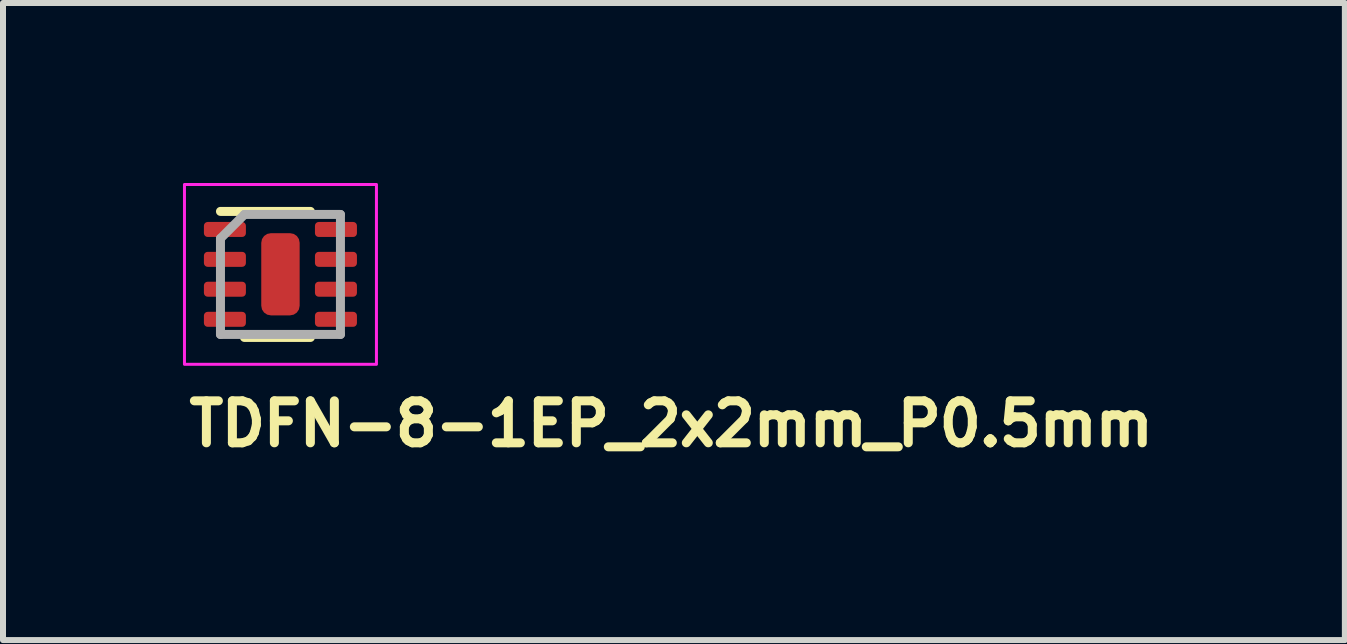
<source format=kicad_pcb>
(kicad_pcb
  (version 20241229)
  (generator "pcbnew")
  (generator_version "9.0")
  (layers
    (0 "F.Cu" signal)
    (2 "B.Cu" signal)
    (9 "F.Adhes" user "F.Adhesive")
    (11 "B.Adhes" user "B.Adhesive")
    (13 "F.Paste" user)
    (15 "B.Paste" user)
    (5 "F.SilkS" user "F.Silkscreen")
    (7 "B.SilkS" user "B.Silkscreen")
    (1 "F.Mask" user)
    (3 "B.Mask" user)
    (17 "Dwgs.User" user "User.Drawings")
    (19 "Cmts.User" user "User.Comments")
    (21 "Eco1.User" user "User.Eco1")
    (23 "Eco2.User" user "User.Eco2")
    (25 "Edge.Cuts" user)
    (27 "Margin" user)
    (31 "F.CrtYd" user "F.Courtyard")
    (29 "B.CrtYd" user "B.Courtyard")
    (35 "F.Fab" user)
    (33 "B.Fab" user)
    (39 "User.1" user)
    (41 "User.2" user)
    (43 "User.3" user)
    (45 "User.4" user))
  (footprint "TDFN-8-1EP_2x2mm_P0.5mm"
    (layer "F.Cu")
    (at 1.625 1.525)
    (property "Reference" "TDFN-8-1EP_2x2mm_P0.5mm" (at -1.6 2.9 0) (layer "F.SilkS") (effects (font (size 0.7 0.7) (thickness 0.15)) (justify left bottom)))
    (attr smd)
    (fp_line (start -0.6 1.05) (end 0.499 1.05) (stroke (width 0.15) (type solid)) (layer "F.SilkS"))
    (fp_line (start 0.499 -1.051) (end -1 -1.051) (stroke (width 0.15) (type solid)) (layer "F.SilkS"))
    (fp_rect (start -1.6 -1.5) (end 1.6 1.498) (stroke (width 0.05) (type solid)) (fill no) (layer "F.CrtYd"))
    (fp_line (start -1 -0.6) (end -0.6 -1) (stroke (width 0.15) (type solid)) (layer "F.Fab"))
    (fp_line (start -1 1) (end -1 -0.6) (stroke (width 0.15) (type solid)) (layer "F.Fab"))
    (fp_line (start -0.6 -1) (end 1 -1) (stroke (width 0.15) (type solid)) (layer "F.Fab"))
    (fp_line (start 1 -1) (end 1 1) (stroke (width 0.15) (type solid)) (layer "F.Fab"))
    (fp_line (start 1 1) (end -1 1) (stroke (width 0.15) (type solid)) (layer "F.Fab"))
    (fp_rect (start -1.025 -1) (end 1.024 0.998) (stroke (width 0.1) (type solid)) (fill no) (layer "User.5"))
    (fp_line (start -1.025 -0.875) (end -1 -0.875) (stroke (width 0.02) (type solid)) (layer "User.9"))
    (fp_line (start -1.025 -0.625) (end -1.025 -0.875) (stroke (width 0.02) (type solid)) (layer "User.9"))
    (fp_line (start -1.025 -0.375) (end -1 -0.375) (stroke (width 0.02) (type solid)) (layer "User.9"))
    (fp_line (start -1.025 -0.125) (end -1.025 -0.375) (stroke (width 0.02) (type solid)) (layer "User.9"))
    (fp_line (start -1.025 0.123) (end -1 0.123) (stroke (width 0.02) (type solid)) (layer "User.9"))
    (fp_line (start -1.025 0.373) (end -1.025 0.123) (stroke (width 0.02) (type solid)) (layer "User.9"))
    (fp_line (start -1.025 0.623) (end -1 0.623) (stroke (width 0.02) (type solid)) (layer "User.9"))
    (fp_line (start -1.025 0.873) (end -1.025 0.623) (stroke (width 0.02) (type solid)) (layer "User.9"))
    (fp_line (start -1 -1) (end -1 0.998) (stroke (width 0.02) (type solid)) (layer "User.9"))
    (fp_line (start -1 -0.625) (end -1.025 -0.625) (stroke (width 0.02) (type solid)) (layer "User.9"))
    (fp_line (start -1 -0.125) (end -1.025 -0.125) (stroke (width 0.02) (type solid)) (layer "User.9"))
    (fp_line (start -1 0.373) (end -1.025 0.373) (stroke (width 0.02) (type solid)) (layer "User.9"))
    (fp_line (start -1 0.873) (end -1.025 0.873) (stroke (width 0.02) (type solid)) (layer "User.9"))
    (fp_line (start -1 0.998) (end 0.998 0.998) (stroke (width 0.02) (type solid)) (layer "User.9"))
    (fp_line (start 0.575 0.736) (end 0.575 0.74) (stroke (width 0.02) (type solid)) (layer "User.9"))
    (fp_line (start 0.575 0.74) (end 0.575 0.744) (stroke (width 0.02) (type solid)) (layer "User.9"))
    (fp_line (start 0.575 0.74) (end 0.576 0.732) (stroke (width 0.02) (type solid)) (layer "User.9"))
    (fp_line (start 0.575 0.744) (end 0.575 0.748) (stroke (width 0.02) (type solid)) (layer "User.9"))
    (fp_line (start 0.575 0.748) (end 0.575 0.74) (stroke (width 0.02) (type solid)) (layer "User.9"))
    (fp_line (start 0.575 0.748) (end 0.575 0.757) (stroke (width 0.02) (type solid)) (layer "User.9"))
    (fp_line (start 0.575 0.753) (end 0.575 0.748) (stroke (width 0.02) (type solid)) (layer "User.9"))
    (fp_line (start 0.575 0.757) (end 0.575 0.753) (stroke (width 0.02) (type solid)) (layer "User.9"))
    (fp_line (start 0.575 0.757) (end 0.576 0.765) (stroke (width 0.02) (type solid)) (layer "User.9"))
    (fp_line (start 0.575 0.761) (end 0.575 0.757) (stroke (width 0.02) (type solid)) (layer "User.9"))
    (fp_line (start 0.576 0.724) (end 0.576 0.728) (stroke (width 0.02) (type solid)) (layer "User.9"))
    (fp_line (start 0.576 0.724) (end 0.578 0.716) (stroke (width 0.02) (type solid)) (layer "User.9"))
    (fp_line (start 0.576 0.728) (end 0.576 0.732) (stroke (width 0.02) (type solid)) (layer "User.9"))
    (fp_line (start 0.576 0.732) (end 0.575 0.736) (stroke (width 0.02) (type solid)) (layer "User.9"))
    (fp_line (start 0.576 0.732) (end 0.576 0.724) (stroke (width 0.02) (type solid)) (layer "User.9"))
    (fp_line (start 0.576 0.765) (end 0.575 0.761) (stroke (width 0.02) (type solid)) (layer "User.9"))
    (fp_line (start 0.576 0.765) (end 0.576 0.774) (stroke (width 0.02) (type solid)) (layer "User.9"))
    (fp_line (start 0.576 0.77) (end 0.576 0.765) (stroke (width 0.02) (type solid)) (layer "User.9"))
    (fp_line (start 0.576 0.774) (end 0.576 0.77) (stroke (width 0.02) (type solid)) (layer "User.9"))
    (fp_line (start 0.576 0.774) (end 0.578 0.782) (stroke (width 0.02) (type solid)) (layer "User.9"))
    (fp_line (start 0.577 0.72) (end 0.576 0.724) (stroke (width 0.02) (type solid)) (layer "User.9"))
    (fp_line (start 0.577 0.778) (end 0.576 0.774) (stroke (width 0.02) (type solid)) (layer "User.9"))
    (fp_line (start 0.578 0.716) (end 0.577 0.72) (stroke (width 0.02) (type solid)) (layer "User.9"))
    (fp_line (start 0.578 0.716) (end 0.58 0.708) (stroke (width 0.02) (type solid)) (layer "User.9"))
    (fp_line (start 0.578 0.782) (end 0.577 0.778) (stroke (width 0.02) (type solid)) (layer "User.9"))
    (fp_line (start 0.578 0.782) (end 0.58 0.79) (stroke (width 0.02) (type solid)) (layer "User.9"))
    (fp_line (start 0.579 0.712) (end 0.578 0.716) (stroke (width 0.02) (type solid)) (layer "User.9"))
    (fp_line (start 0.579 0.786) (end 0.578 0.782) (stroke (width 0.02) (type solid)) (layer "User.9"))
    (fp_line (start 0.58 0.708) (end 0.579 0.712) (stroke (width 0.02) (type solid)) (layer "User.9"))
    (fp_line (start 0.58 0.708) (end 0.583 0.702) (stroke (width 0.02) (type solid)) (layer "User.9"))
    (fp_line (start 0.58 0.79) (end 0.579 0.786) (stroke (width 0.02) (type solid)) (layer "User.9"))
    (fp_line (start 0.58 0.79) (end 0.583 0.797) (stroke (width 0.02) (type solid)) (layer "User.9"))
    (fp_line (start 0.582 0.704) (end 0.58 0.708) (stroke (width 0.02) (type solid)) (layer "User.9"))
    (fp_line (start 0.582 0.794) (end 0.58 0.79) (stroke (width 0.02) (type solid)) (layer "User.9"))
    (fp_line (start 0.583 0.702) (end 0.582 0.704) (stroke (width 0.02) (type solid)) (layer "User.9"))
    (fp_line (start 0.583 0.702) (end 0.586 0.694) (stroke (width 0.02) (type solid)) (layer "User.9"))
    (fp_line (start 0.583 0.797) (end 0.582 0.794) (stroke (width 0.02) (type solid)) (layer "User.9"))
    (fp_line (start 0.583 0.797) (end 0.586 0.805) (stroke (width 0.02) (type solid)) (layer "User.9"))
    (fp_line (start 0.585 0.698) (end 0.583 0.702) (stroke (width 0.02) (type solid)) (layer "User.9"))
    (fp_line (start 0.585 0.801) (end 0.583 0.797) (stroke (width 0.02) (type solid)) (layer "User.9"))
    (fp_line (start 0.586 0.694) (end 0.585 0.698) (stroke (width 0.02) (type solid)) (layer "User.9"))
    (fp_line (start 0.586 0.694) (end 0.59 0.687) (stroke (width 0.02) (type solid)) (layer "User.9"))
    (fp_line (start 0.586 0.805) (end 0.585 0.801) (stroke (width 0.02) (type solid)) (layer "User.9"))
    (fp_line (start 0.586 0.805) (end 0.59 0.812) (stroke (width 0.02) (type solid)) (layer "User.9"))
    (fp_line (start 0.588 0.691) (end 0.586 0.694) (stroke (width 0.02) (type solid)) (layer "User.9"))
    (fp_line (start 0.588 0.808) (end 0.586 0.805) (stroke (width 0.02) (type solid)) (layer "User.9"))
    (fp_line (start 0.59 0.687) (end 0.588 0.691) (stroke (width 0.02) (type solid)) (layer "User.9"))
    (fp_line (start 0.59 0.687) (end 0.595 0.68) (stroke (width 0.02) (type solid)) (layer "User.9"))
    (fp_line (start 0.59 0.812) (end 0.588 0.808) (stroke (width 0.02) (type solid)) (layer "User.9"))
    (fp_line (start 0.59 0.812) (end 0.595 0.819) (stroke (width 0.02) (type solid)) (layer "User.9"))
    (fp_line (start 0.592 0.684) (end 0.59 0.687) (stroke (width 0.02) (type solid)) (layer "User.9"))
    (fp_line (start 0.592 0.815) (end 0.59 0.812) (stroke (width 0.02) (type solid)) (layer "User.9"))
    (fp_line (start 0.595 0.68) (end 0.592 0.684) (stroke (width 0.02) (type solid)) (layer "User.9"))
    (fp_line (start 0.595 0.68) (end 0.599 0.674) (stroke (width 0.02) (type solid)) (layer "User.9"))
    (fp_line (start 0.595 0.819) (end 0.592 0.815) (stroke (width 0.02) (type solid)) (layer "User.9"))
    (fp_line (start 0.595 0.819) (end 0.599 0.825) (stroke (width 0.02) (type solid)) (layer "User.9"))
    (fp_line (start 0.597 0.677) (end 0.595 0.68) (stroke (width 0.02) (type solid)) (layer "User.9"))
    (fp_line (start 0.597 0.822) (end 0.595 0.819) (stroke (width 0.02) (type solid)) (layer "User.9"))
    (fp_line (start 0.599 0.674) (end 0.597 0.677) (stroke (width 0.02) (type solid)) (layer "User.9"))
    (fp_line (start 0.599 0.674) (end 0.604 0.667) (stroke (width 0.02) (type solid)) (layer "User.9"))
    (fp_line (start 0.599 0.825) (end 0.597 0.822) (stroke (width 0.02) (type solid)) (layer "User.9"))
    (fp_line (start 0.599 0.825) (end 0.604 0.832) (stroke (width 0.02) (type solid)) (layer "User.9"))
    (fp_line (start 0.602 0.67) (end 0.599 0.674) (stroke (width 0.02) (type solid)) (layer "User.9"))
    (fp_line (start 0.602 0.829) (end 0.599 0.825) (stroke (width 0.02) (type solid)) (layer "User.9"))
    (fp_line (start 0.604 0.667) (end 0.602 0.67) (stroke (width 0.02) (type solid)) (layer "User.9"))
    (fp_line (start 0.604 0.667) (end 0.61 0.661) (stroke (width 0.02) (type solid)) (layer "User.9"))
    (fp_line (start 0.604 0.832) (end 0.602 0.829) (stroke (width 0.02) (type solid)) (layer "User.9"))
    (fp_line (start 0.604 0.832) (end 0.61 0.837) (stroke (width 0.02) (type solid)) (layer "User.9"))
    (fp_line (start 0.607 0.664) (end 0.604 0.667) (stroke (width 0.02) (type solid)) (layer "User.9"))
    (fp_line (start 0.607 0.834) (end 0.604 0.832) (stroke (width 0.02) (type solid)) (layer "User.9"))
    (fp_line (start 0.61 0.661) (end 0.607 0.664) (stroke (width 0.02) (type solid)) (layer "User.9"))
    (fp_line (start 0.61 0.661) (end 0.616 0.656) (stroke (width 0.02) (type solid)) (layer "User.9"))
    (fp_line (start 0.61 0.837) (end 0.607 0.834) (stroke (width 0.02) (type solid)) (layer "User.9"))
    (fp_line (start 0.61 0.837) (end 0.616 0.842) (stroke (width 0.02) (type solid)) (layer "User.9"))
    (fp_line (start 0.613 0.658) (end 0.61 0.661) (stroke (width 0.02) (type solid)) (layer "User.9"))
    (fp_line (start 0.613 0.84) (end 0.61 0.837) (stroke (width 0.02) (type solid)) (layer "User.9"))
    (fp_line (start 0.616 0.656) (end 0.613 0.658) (stroke (width 0.02) (type solid)) (layer "User.9"))
    (fp_line (start 0.616 0.656) (end 0.622 0.65) (stroke (width 0.02) (type solid)) (layer "User.9"))
    (fp_line (start 0.616 0.842) (end 0.613 0.84) (stroke (width 0.02) (type solid)) (layer "User.9"))
    (fp_line (start 0.616 0.842) (end 0.622 0.848) (stroke (width 0.02) (type solid)) (layer "User.9"))
    (fp_line (start 0.619 0.653) (end 0.616 0.656) (stroke (width 0.02) (type solid)) (layer "User.9"))
    (fp_line (start 0.619 0.845) (end 0.616 0.842) (stroke (width 0.02) (type solid)) (layer "User.9"))
    (fp_line (start 0.622 0.65) (end 0.619 0.653) (stroke (width 0.02) (type solid)) (layer "User.9"))
    (fp_line (start 0.622 0.65) (end 0.629 0.646) (stroke (width 0.02) (type solid)) (layer "User.9"))
    (fp_line (start 0.622 0.848) (end 0.619 0.845) (stroke (width 0.02) (type solid)) (layer "User.9"))
    (fp_line (start 0.622 0.848) (end 0.629 0.852) (stroke (width 0.02) (type solid)) (layer "User.9"))
    (fp_line (start 0.626 0.648) (end 0.622 0.65) (stroke (width 0.02) (type solid)) (layer "User.9"))
    (fp_line (start 0.626 0.85) (end 0.622 0.848) (stroke (width 0.02) (type solid)) (layer "User.9"))
    (fp_line (start 0.629 0.646) (end 0.626 0.648) (stroke (width 0.02) (type solid)) (layer "User.9"))
    (fp_line (start 0.629 0.646) (end 0.636 0.641) (stroke (width 0.02) (type solid)) (layer "User.9"))
    (fp_line (start 0.629 0.852) (end 0.626 0.85) (stroke (width 0.02) (type solid)) (layer "User.9"))
    (fp_line (start 0.629 0.852) (end 0.636 0.857) (stroke (width 0.02) (type solid)) (layer "User.9"))
    (fp_line (start 0.632 0.643) (end 0.629 0.646) (stroke (width 0.02) (type solid)) (layer "User.9"))
    (fp_line (start 0.632 0.855) (end 0.629 0.852) (stroke (width 0.02) (type solid)) (layer "User.9"))
    (fp_line (start 0.636 0.641) (end 0.632 0.643) (stroke (width 0.02) (type solid)) (layer "User.9"))
    (fp_line (start 0.636 0.641) (end 0.636 0.641) (stroke (width 0.02) (type solid)) (layer "User.9"))
    (fp_line (start 0.636 0.641) (end 0.636 0.641) (stroke (width 0.02) (type solid)) (layer "User.9"))
    (fp_line (start 0.636 0.641) (end 0.644 0.636) (stroke (width 0.02) (type solid)) (layer "User.9"))
    (fp_line (start 0.636 0.857) (end 0.632 0.855) (stroke (width 0.02) (type solid)) (layer "User.9"))
    (fp_line (start 0.636 0.857) (end 0.636 0.857) (stroke (width 0.02) (type solid)) (layer "User.9"))
    (fp_line (start 0.636 0.857) (end 0.636 0.857) (stroke (width 0.02) (type solid)) (layer "User.9"))
    (fp_line (start 0.636 0.857) (end 0.644 0.861) (stroke (width 0.02) (type solid)) (layer "User.9"))
    (fp_line (start 0.644 0.636) (end 0.636 0.641) (stroke (width 0.02) (type solid)) (layer "User.9"))
    (fp_line (start 0.644 0.636) (end 0.652 0.633) (stroke (width 0.02) (type solid)) (layer "User.9"))
    (fp_line (start 0.644 0.861) (end 0.636 0.857) (stroke (width 0.02) (type solid)) (layer "User.9"))
    (fp_line (start 0.644 0.861) (end 0.652 0.864) (stroke (width 0.02) (type solid)) (layer "User.9"))
    (fp_line (start 0.652 0.633) (end 0.644 0.636) (stroke (width 0.02) (type solid)) (layer "User.9"))
    (fp_line (start 0.652 0.633) (end 0.66 0.63) (stroke (width 0.02) (type solid)) (layer "User.9"))
    (fp_line (start 0.652 0.864) (end 0.644 0.861) (stroke (width 0.02) (type solid)) (layer "User.9"))
    (fp_line (start 0.652 0.864) (end 0.66 0.867) (stroke (width 0.02) (type solid)) (layer "User.9"))
    (fp_line (start 0.66 0.63) (end 0.652 0.633) (stroke (width 0.02) (type solid)) (layer "User.9"))
    (fp_line (start 0.66 0.63) (end 0.667 0.628) (stroke (width 0.02) (type solid)) (layer "User.9"))
    (fp_line (start 0.66 0.867) (end 0.652 0.864) (stroke (width 0.02) (type solid)) (layer "User.9"))
    (fp_line (start 0.66 0.867) (end 0.667 0.869) (stroke (width 0.02) (type solid)) (layer "User.9"))
    (fp_line (start 0.667 0.628) (end 0.66 0.63) (stroke (width 0.02) (type solid)) (layer "User.9"))
    (fp_line (start 0.667 0.628) (end 0.675 0.626) (stroke (width 0.02) (type solid)) (layer "User.9"))
    (fp_line (start 0.667 0.869) (end 0.66 0.867) (stroke (width 0.02) (type solid)) (layer "User.9"))
    (fp_line (start 0.667 0.869) (end 0.675 0.871) (stroke (width 0.02) (type solid)) (layer "User.9"))
    (fp_line (start 0.675 0.626) (end 0.667 0.628) (stroke (width 0.02) (type solid)) (layer "User.9"))
    (fp_line (start 0.675 0.626) (end 0.683 0.625) (stroke (width 0.02) (type solid)) (layer "User.9"))
    (fp_line (start 0.675 0.871) (end 0.667 0.869) (stroke (width 0.02) (type solid)) (layer "User.9"))
    (fp_line (start 0.675 0.871) (end 0.683 0.872) (stroke (width 0.02) (type solid)) (layer "User.9"))
    (fp_line (start 0.683 0.625) (end 0.675 0.626) (stroke (width 0.02) (type solid)) (layer "User.9"))
    (fp_line (start 0.683 0.625) (end 0.691 0.624) (stroke (width 0.02) (type solid)) (layer "User.9"))
    (fp_line (start 0.683 0.872) (end 0.675 0.871) (stroke (width 0.02) (type solid)) (layer "User.9"))
    (fp_line (start 0.683 0.872) (end 0.691 0.873) (stroke (width 0.02) (type solid)) (layer "User.9"))
    (fp_line (start 0.691 0.624) (end 0.683 0.625) (stroke (width 0.02) (type solid)) (layer "User.9"))
    (fp_line (start 0.691 0.624) (end 0.7 0.623) (stroke (width 0.02) (type solid)) (layer "User.9"))
    (fp_line (start 0.691 0.873) (end 0.683 0.872) (stroke (width 0.02) (type solid)) (layer "User.9"))
    (fp_line (start 0.691 0.873) (end 0.7 0.873) (stroke (width 0.02) (type solid)) (layer "User.9"))
    (fp_line (start 0.7 0.623) (end 0.691 0.624) (stroke (width 0.02) (type solid)) (layer "User.9"))
    (fp_line (start 0.7 0.623) (end 0.707 0.624) (stroke (width 0.02) (type solid)) (layer "User.9"))
    (fp_line (start 0.7 0.873) (end 0.691 0.873) (stroke (width 0.02) (type solid)) (layer "User.9"))
    (fp_line (start 0.7 0.873) (end 0.707 0.873) (stroke (width 0.02) (type solid)) (layer "User.9"))
    (fp_line (start 0.707 0.624) (end 0.7 0.623) (stroke (width 0.02) (type solid)) (layer "User.9"))
    (fp_line (start 0.707 0.624) (end 0.715 0.625) (stroke (width 0.02) (type solid)) (layer "User.9"))
    (fp_line (start 0.707 0.873) (end 0.7 0.873) (stroke (width 0.02) (type solid)) (layer "User.9"))
    (fp_line (start 0.707 0.873) (end 0.715 0.872) (stroke (width 0.02) (type solid)) (layer "User.9"))
    (fp_line (start 0.715 0.625) (end 0.707 0.624) (stroke (width 0.02) (type solid)) (layer "User.9"))
    (fp_line (start 0.715 0.625) (end 0.723 0.626) (stroke (width 0.02) (type solid)) (layer "User.9"))
    (fp_line (start 0.715 0.872) (end 0.707 0.873) (stroke (width 0.02) (type solid)) (layer "User.9"))
    (fp_line (start 0.715 0.872) (end 0.723 0.871) (stroke (width 0.02) (type solid)) (layer "User.9"))
    (fp_line (start 0.723 0.626) (end 0.715 0.625) (stroke (width 0.02) (type solid)) (layer "User.9"))
    (fp_line (start 0.723 0.626) (end 0.731 0.628) (stroke (width 0.02) (type solid)) (layer "User.9"))
    (fp_line (start 0.723 0.871) (end 0.715 0.872) (stroke (width 0.02) (type solid)) (layer "User.9"))
    (fp_line (start 0.723 0.871) (end 0.731 0.869) (stroke (width 0.02) (type solid)) (layer "User.9"))
    (fp_line (start 0.731 0.628) (end 0.723 0.626) (stroke (width 0.02) (type solid)) (layer "User.9"))
    (fp_line (start 0.731 0.628) (end 0.738 0.63) (stroke (width 0.02) (type solid)) (layer "User.9"))
    (fp_line (start 0.731 0.869) (end 0.723 0.871) (stroke (width 0.02) (type solid)) (layer "User.9"))
    (fp_line (start 0.731 0.869) (end 0.738 0.867) (stroke (width 0.02) (type solid)) (layer "User.9"))
    (fp_line (start 0.738 0.63) (end 0.731 0.628) (stroke (width 0.02) (type solid)) (layer "User.9"))
    (fp_line (start 0.738 0.63) (end 0.746 0.633) (stroke (width 0.02) (type solid)) (layer "User.9"))
    (fp_line (start 0.738 0.867) (end 0.731 0.869) (stroke (width 0.02) (type solid)) (layer "User.9"))
    (fp_line (start 0.738 0.867) (end 0.746 0.864) (stroke (width 0.02) (type solid)) (layer "User.9"))
    (fp_line (start 0.746 0.633) (end 0.738 0.63) (stroke (width 0.02) (type solid)) (layer "User.9"))
    (fp_line (start 0.746 0.633) (end 0.754 0.636) (stroke (width 0.02) (type solid)) (layer "User.9"))
    (fp_line (start 0.746 0.864) (end 0.738 0.867) (stroke (width 0.02) (type solid)) (layer "User.9"))
    (fp_line (start 0.746 0.864) (end 0.754 0.861) (stroke (width 0.02) (type solid)) (layer "User.9"))
    (fp_line (start 0.754 0.636) (end 0.746 0.633) (stroke (width 0.02) (type solid)) (layer "User.9"))
    (fp_line (start 0.754 0.636) (end 0.761 0.641) (stroke (width 0.02) (type solid)) (layer "User.9"))
    (fp_line (start 0.754 0.861) (end 0.746 0.864) (stroke (width 0.02) (type solid)) (layer "User.9"))
    (fp_line (start 0.754 0.861) (end 0.761 0.857) (stroke (width 0.02) (type solid)) (layer "User.9"))
    (fp_line (start 0.761 0.641) (end 0.754 0.636) (stroke (width 0.02) (type solid)) (layer "User.9"))
    (fp_line (start 0.761 0.641) (end 0.761 0.641) (stroke (width 0.02) (type solid)) (layer "User.9"))
    (fp_line (start 0.761 0.641) (end 0.761 0.641) (stroke (width 0.02) (type solid)) (layer "User.9"))
    (fp_line (start 0.761 0.641) (end 0.765 0.643) (stroke (width 0.02) (type solid)) (layer "User.9"))
    (fp_line (start 0.761 0.857) (end 0.754 0.861) (stroke (width 0.02) (type solid)) (layer "User.9"))
    (fp_line (start 0.761 0.857) (end 0.761 0.857) (stroke (width 0.02) (type solid)) (layer "User.9"))
    (fp_line (start 0.761 0.857) (end 0.761 0.857) (stroke (width 0.02) (type solid)) (layer "User.9"))
    (fp_line (start 0.761 0.857) (end 0.765 0.855) (stroke (width 0.02) (type solid)) (layer "User.9"))
    (fp_line (start 0.765 0.643) (end 0.769 0.646) (stroke (width 0.02) (type solid)) (layer "User.9"))
    (fp_line (start 0.765 0.855) (end 0.769 0.852) (stroke (width 0.02) (type solid)) (layer "User.9"))
    (fp_line (start 0.769 0.646) (end 0.761 0.641) (stroke (width 0.02) (type solid)) (layer "User.9"))
    (fp_line (start 0.769 0.646) (end 0.772 0.648) (stroke (width 0.02) (type solid)) (layer "User.9"))
    (fp_line (start 0.769 0.852) (end 0.761 0.857) (stroke (width 0.02) (type solid)) (layer "User.9"))
    (fp_line (start 0.769 0.852) (end 0.772 0.85) (stroke (width 0.02) (type solid)) (layer "User.9"))
    (fp_line (start 0.772 0.648) (end 0.776 0.65) (stroke (width 0.02) (type solid)) (layer "User.9"))
    (fp_line (start 0.772 0.85) (end 0.776 0.848) (stroke (width 0.02) (type solid)) (layer "User.9"))
    (fp_line (start 0.776 0.65) (end 0.769 0.646) (stroke (width 0.02) (type solid)) (layer "User.9"))
    (fp_line (start 0.776 0.65) (end 0.779 0.653) (stroke (width 0.02) (type solid)) (layer "User.9"))
    (fp_line (start 0.776 0.848) (end 0.769 0.852) (stroke (width 0.02) (type solid)) (layer "User.9"))
    (fp_line (start 0.776 0.848) (end 0.779 0.845) (stroke (width 0.02) (type solid)) (layer "User.9"))
    (fp_line (start 0.779 0.653) (end 0.782 0.656) (stroke (width 0.02) (type solid)) (layer "User.9"))
    (fp_line (start 0.779 0.845) (end 0.782 0.842) (stroke (width 0.02) (type solid)) (layer "User.9"))
    (fp_line (start 0.782 0.656) (end 0.776 0.65) (stroke (width 0.02) (type solid)) (layer "User.9"))
    (fp_line (start 0.782 0.656) (end 0.785 0.658) (stroke (width 0.02) (type solid)) (layer "User.9"))
    (fp_line (start 0.782 0.842) (end 0.776 0.848) (stroke (width 0.02) (type solid)) (layer "User.9"))
    (fp_line (start 0.782 0.842) (end 0.785 0.84) (stroke (width 0.02) (type solid)) (layer "User.9"))
    (fp_line (start 0.785 0.658) (end 0.788 0.661) (stroke (width 0.02) (type solid)) (layer "User.9"))
    (fp_line (start 0.785 0.84) (end 0.788 0.837) (stroke (width 0.02) (type solid)) (layer "User.9"))
    (fp_line (start 0.788 0.661) (end 0.782 0.656) (stroke (width 0.02) (type solid)) (layer "User.9"))
    (fp_line (start 0.788 0.661) (end 0.791 0.664) (stroke (width 0.02) (type solid)) (layer "User.9"))
    (fp_line (start 0.788 0.837) (end 0.782 0.842) (stroke (width 0.02) (type solid)) (layer "User.9"))
    (fp_line (start 0.788 0.837) (end 0.791 0.834) (stroke (width 0.02) (type solid)) (layer "User.9"))
    (fp_line (start 0.791 0.664) (end 0.794 0.667) (stroke (width 0.02) (type solid)) (layer "User.9"))
    (fp_line (start 0.791 0.834) (end 0.794 0.832) (stroke (width 0.02) (type solid)) (layer "User.9"))
    (fp_line (start 0.794 0.667) (end 0.788 0.661) (stroke (width 0.02) (type solid)) (layer "User.9"))
    (fp_line (start 0.794 0.667) (end 0.796 0.67) (stroke (width 0.02) (type solid)) (layer "User.9"))
    (fp_line (start 0.794 0.832) (end 0.788 0.837) (stroke (width 0.02) (type solid)) (layer "User.9"))
    (fp_line (start 0.794 0.832) (end 0.796 0.829) (stroke (width 0.02) (type solid)) (layer "User.9"))
    (fp_line (start 0.796 0.67) (end 0.799 0.674) (stroke (width 0.02) (type solid)) (layer "User.9"))
    (fp_line (start 0.796 0.829) (end 0.799 0.825) (stroke (width 0.02) (type solid)) (layer "User.9"))
    (fp_line (start 0.799 0.674) (end 0.794 0.667) (stroke (width 0.02) (type solid)) (layer "User.9"))
    (fp_line (start 0.799 0.674) (end 0.801 0.677) (stroke (width 0.02) (type solid)) (layer "User.9"))
    (fp_line (start 0.799 0.825) (end 0.794 0.832) (stroke (width 0.02) (type solid)) (layer "User.9"))
    (fp_line (start 0.799 0.825) (end 0.801 0.822) (stroke (width 0.02) (type solid)) (layer "User.9"))
    (fp_line (start 0.801 0.677) (end 0.803 0.68) (stroke (width 0.02) (type solid)) (layer "User.9"))
    (fp_line (start 0.801 0.822) (end 0.803 0.819) (stroke (width 0.02) (type solid)) (layer "User.9"))
    (fp_line (start 0.803 0.68) (end 0.799 0.674) (stroke (width 0.02) (type solid)) (layer "User.9"))
    (fp_line (start 0.803 0.68) (end 0.806 0.684) (stroke (width 0.02) (type solid)) (layer "User.9"))
    (fp_line (start 0.803 0.819) (end 0.799 0.825) (stroke (width 0.02) (type solid)) (layer "User.9"))
    (fp_line (start 0.803 0.819) (end 0.806 0.815) (stroke (width 0.02) (type solid)) (layer "User.9"))
    (fp_line (start 0.806 0.684) (end 0.808 0.687) (stroke (width 0.02) (type solid)) (layer "User.9"))
    (fp_line (start 0.806 0.815) (end 0.808 0.812) (stroke (width 0.02) (type solid)) (layer "User.9"))
    (fp_line (start 0.808 0.687) (end 0.803 0.68) (stroke (width 0.02) (type solid)) (layer "User.9"))
    (fp_line (start 0.808 0.687) (end 0.81 0.691) (stroke (width 0.02) (type solid)) (layer "User.9"))
    (fp_line (start 0.808 0.812) (end 0.803 0.819) (stroke (width 0.02) (type solid)) (layer "User.9"))
    (fp_line (start 0.808 0.812) (end 0.81 0.808) (stroke (width 0.02) (type solid)) (layer "User.9"))
    (fp_line (start 0.81 0.691) (end 0.812 0.694) (stroke (width 0.02) (type solid)) (layer "User.9"))
    (fp_line (start 0.81 0.808) (end 0.812 0.805) (stroke (width 0.02) (type solid)) (layer "User.9"))
    (fp_line (start 0.812 0.694) (end 0.808 0.687) (stroke (width 0.02) (type solid)) (layer "User.9"))
    (fp_line (start 0.812 0.694) (end 0.813 0.698) (stroke (width 0.02) (type solid)) (layer "User.9"))
    (fp_line (start 0.812 0.805) (end 0.808 0.812) (stroke (width 0.02) (type solid)) (layer "User.9"))
    (fp_line (start 0.812 0.805) (end 0.813 0.801) (stroke (width 0.02) (type solid)) (layer "User.9"))
    (fp_line (start 0.813 0.698) (end 0.815 0.702) (stroke (width 0.02) (type solid)) (layer "User.9"))
    (fp_line (start 0.813 0.801) (end 0.815 0.797) (stroke (width 0.02) (type solid)) (layer "User.9"))
    (fp_line (start 0.815 0.702) (end 0.812 0.694) (stroke (width 0.02) (type solid)) (layer "User.9"))
    (fp_line (start 0.815 0.702) (end 0.816 0.704) (stroke (width 0.02) (type solid)) (layer "User.9"))
    (fp_line (start 0.815 0.797) (end 0.812 0.805) (stroke (width 0.02) (type solid)) (layer "User.9"))
    (fp_line (start 0.815 0.797) (end 0.816 0.794) (stroke (width 0.02) (type solid)) (layer "User.9"))
    (fp_line (start 0.816 0.704) (end 0.818 0.708) (stroke (width 0.02) (type solid)) (layer "User.9"))
    (fp_line (start 0.816 0.794) (end 0.818 0.79) (stroke (width 0.02) (type solid)) (layer "User.9"))
    (fp_line (start 0.818 0.708) (end 0.815 0.702) (stroke (width 0.02) (type solid)) (layer "User.9"))
    (fp_line (start 0.818 0.708) (end 0.819 0.712) (stroke (width 0.02) (type solid)) (layer "User.9"))
    (fp_line (start 0.818 0.79) (end 0.815 0.797) (stroke (width 0.02) (type solid)) (layer "User.9"))
    (fp_line (start 0.818 0.79) (end 0.819 0.786) (stroke (width 0.02) (type solid)) (layer "User.9"))
    (fp_line (start 0.819 0.712) (end 0.82 0.716) (stroke (width 0.02) (type solid)) (layer "User.9"))
    (fp_line (start 0.819 0.786) (end 0.82 0.782) (stroke (width 0.02) (type solid)) (layer "User.9"))
    (fp_line (start 0.82 0.716) (end 0.818 0.708) (stroke (width 0.02) (type solid)) (layer "User.9"))
    (fp_line (start 0.82 0.716) (end 0.821 0.72) (stroke (width 0.02) (type solid)) (layer "User.9"))
    (fp_line (start 0.82 0.782) (end 0.818 0.79) (stroke (width 0.02) (type solid)) (layer "User.9"))
    (fp_line (start 0.82 0.782) (end 0.821 0.778) (stroke (width 0.02) (type solid)) (layer "User.9"))
    (fp_line (start 0.821 0.72) (end 0.822 0.724) (stroke (width 0.02) (type solid)) (layer "User.9"))
    (fp_line (start 0.821 0.778) (end 0.822 0.774) (stroke (width 0.02) (type solid)) (layer "User.9"))
    (fp_line (start 0.822 0.724) (end 0.82 0.716) (stroke (width 0.02) (type solid)) (layer "User.9"))
    (fp_line (start 0.822 0.724) (end 0.823 0.728) (stroke (width 0.02) (type solid)) (layer "User.9"))
    (fp_line (start 0.822 0.774) (end 0.82 0.782) (stroke (width 0.02) (type solid)) (layer "User.9"))
    (fp_line (start 0.822 0.774) (end 0.823 0.77) (stroke (width 0.02) (type solid)) (layer "User.9"))
    (fp_line (start 0.823 0.728) (end 0.823 0.732) (stroke (width 0.02) (type solid)) (layer "User.9"))
    (fp_line (start 0.823 0.732) (end 0.822 0.724) (stroke (width 0.02) (type solid)) (layer "User.9"))
    (fp_line (start 0.823 0.732) (end 0.824 0.736) (stroke (width 0.02) (type solid)) (layer "User.9"))
    (fp_line (start 0.823 0.765) (end 0.822 0.774) (stroke (width 0.02) (type solid)) (layer "User.9"))
    (fp_line (start 0.823 0.765) (end 0.824 0.761) (stroke (width 0.02) (type solid)) (layer "User.9"))
    (fp_line (start 0.823 0.77) (end 0.823 0.765) (stroke (width 0.02) (type solid)) (layer "User.9"))
    (fp_line (start 0.824 0.736) (end 0.824 0.74) (stroke (width 0.02) (type solid)) (layer "User.9"))
    (fp_line (start 0.824 0.74) (end 0.823 0.732) (stroke (width 0.02) (type solid)) (layer "User.9"))
    (fp_line (start 0.824 0.74) (end 0.824 0.744) (stroke (width 0.02) (type solid)) (layer "User.9"))
    (fp_line (start 0.824 0.744) (end 0.825 0.748) (stroke (width 0.02) (type solid)) (layer "User.9"))
    (fp_line (start 0.824 0.753) (end 0.825 0.748) (stroke (width 0.02) (type solid)) (layer "User.9"))
    (fp_line (start 0.824 0.757) (end 0.823 0.765) (stroke (width 0.02) (type solid)) (layer "User.9"))
    (fp_line (start 0.824 0.757) (end 0.824 0.753) (stroke (width 0.02) (type solid)) (layer "User.9"))
    (fp_line (start 0.824 0.761) (end 0.824 0.757) (stroke (width 0.02) (type solid)) (layer "User.9"))
    (fp_line (start 0.825 0.748) (end 0.824 0.74) (stroke (width 0.02) (type solid)) (layer "User.9"))
    (fp_line (start 0.825 0.748) (end 0.824 0.757) (stroke (width 0.02) (type solid)) (layer "User.9"))
    (fp_line (start 0.998 -1) (end -1 -1) (stroke (width 0.02) (type solid)) (layer "User.9"))
    (fp_line (start 0.998 -0.625) (end 1.024 -0.625) (stroke (width 0.02) (type solid)) (layer "User.9"))
    (fp_line (start 0.998 -0.125) (end 1.024 -0.125) (stroke (width 0.02) (type solid)) (layer "User.9"))
    (fp_line (start 0.998 0.373) (end 1.024 0.373) (stroke (width 0.02) (type solid)) (layer "User.9"))
    (fp_line (start 0.998 0.873) (end 1.024 0.873) (stroke (width 0.02) (type solid)) (layer "User.9"))
    (fp_line (start 0.998 0.998) (end 0.998 -1) (stroke (width 0.02) (type solid)) (layer "User.9"))
    (fp_line (start 1.024 -0.875) (end 0.998 -0.875) (stroke (width 0.02) (type solid)) (layer "User.9"))
    (fp_line (start 1.024 -0.625) (end 1.024 -0.875) (stroke (width 0.02) (type solid)) (layer "User.9"))
    (fp_line (start 1.024 -0.375) (end 0.998 -0.375) (stroke (width 0.02) (type solid)) (layer "User.9"))
    (fp_line (start 1.024 -0.125) (end 1.024 -0.375) (stroke (width 0.02) (type solid)) (layer "User.9"))
    (fp_line (start 1.024 0.123) (end 0.998 0.123) (stroke (width 0.02) (type solid)) (layer "User.9"))
    (fp_line (start 1.024 0.373) (end 1.024 0.123) (stroke (width 0.02) (type solid)) (layer "User.9"))
    (fp_line (start 1.024 0.623) (end 0.998 0.623) (stroke (width 0.02) (type solid)) (layer "User.9"))
    (fp_line (start 1.024 0.873) (end 1.024 0.623) (stroke (width 0.02) (type solid)) (layer "User.9"))
    (pad "1" smd roundrect (at -0.926 -0.75) (size 0.7 0.25) (layers "F.Cu" "F.Mask" "F.Paste") (roundrect_rratio 0.25))
    (pad "2" smd roundrect (at -0.926 -0.252) (size 0.7 0.25) (layers "F.Cu" "F.Mask" "F.Paste") (roundrect_rratio 0.25))
    (pad "3" smd roundrect (at -0.926 0.246) (size 0.7 0.25) (layers "F.Cu" "F.Mask" "F.Paste") (roundrect_rratio 0.25))
    (pad "4" smd roundrect (at -0.926 0.748) (size 0.7 0.25) (layers "F.Cu" "F.Mask" "F.Paste") (roundrect_rratio 0.25))
    (pad "5" smd roundrect (at 0.925 0.748) (size 0.7 0.25) (layers "F.Cu" "F.Mask" "F.Paste") (roundrect_rratio 0.25))
    (pad "6" smd roundrect (at 0.925 0.246) (size 0.7 0.25) (layers "F.Cu" "F.Mask" "F.Paste") (roundrect_rratio 0.25))
    (pad "7" smd roundrect (at 0.925 -0.252) (size 0.7 0.25) (layers "F.Cu" "F.Mask" "F.Paste") (roundrect_rratio 0.25))
    (pad "8" smd roundrect (at 0.925 -0.75) (size 0.7 0.25) (layers "F.Cu" "F.Mask" "F.Paste") (roundrect_rratio 0.25))
    (pad "9" smd roundrect (at 0 -0.003) (size 0.64 1.37) (layers "F.Cu" "F.Mask" "F.Paste") (roundrect_rratio 0.25)))
  (gr_rect
    (start -3 -3)
    (end 19.368 7.62)
    (stroke (width 0.1) (type default))
    (fill no)
    (layer "Edge.Cuts")))
</source>
